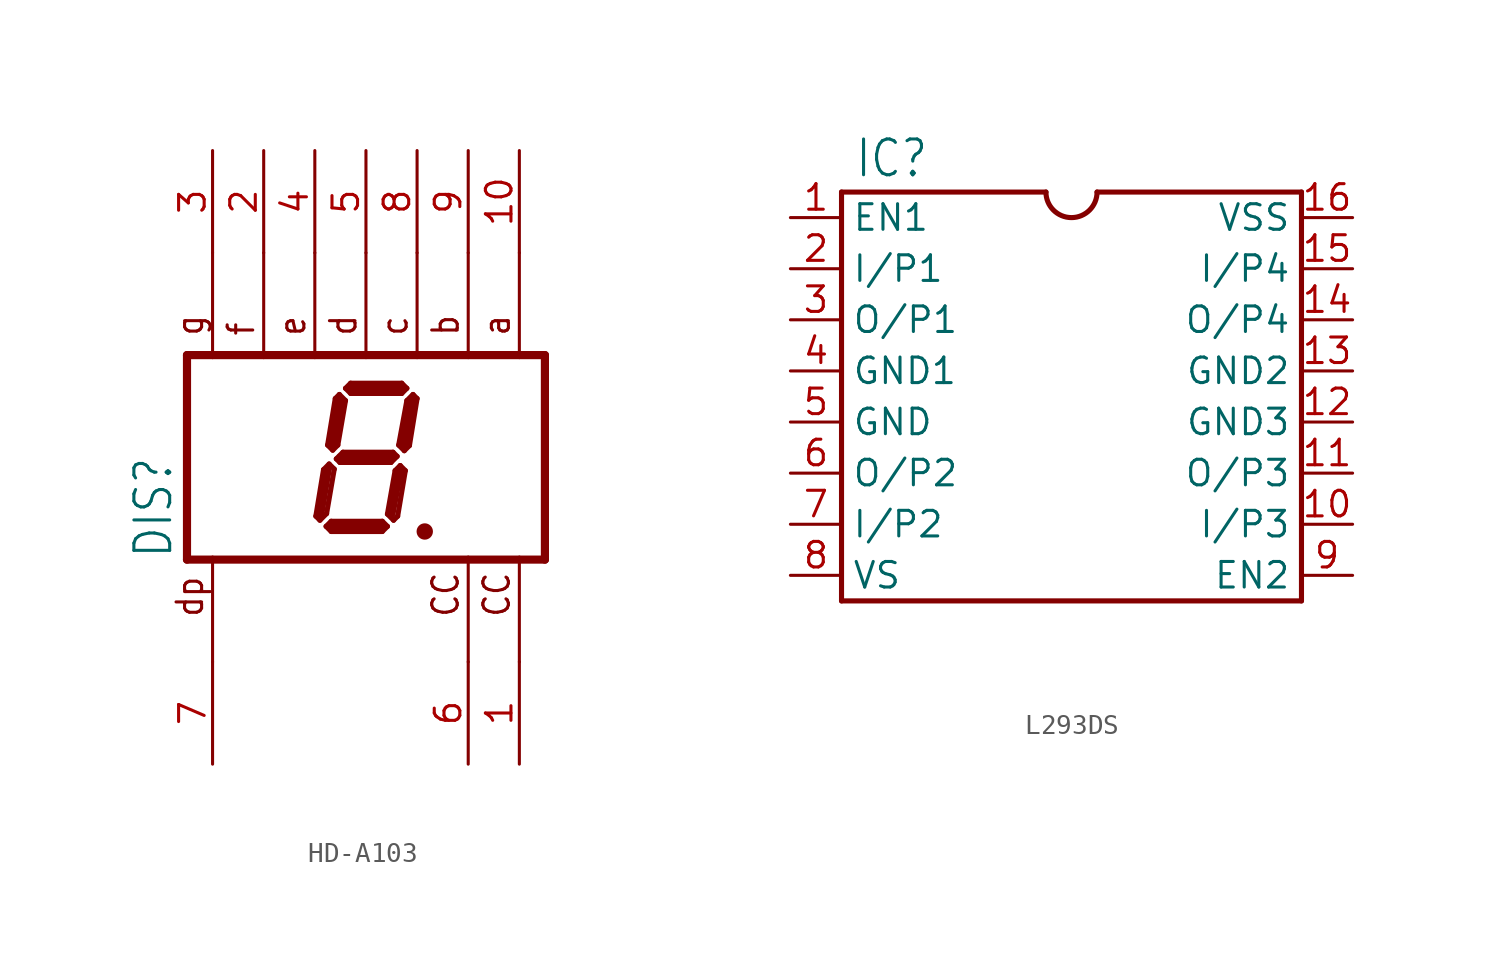
<source format=kicad_sym>
(kicad_symbol_lib
  (version 20220914)
  (generator kicad_symbol_editor)
  (symbol "HD-A103"
    (property "Reference" "DIS"
      (at -9.525 -5.08 90)
      (effects (font (size 1.778 1.511)) (justify left bottom)))
    (property "Value" ""
      (at 11.43 -5.08 90)
      (effects (font (size 1.778 1.511)) (justify left bottom)))
    (property "ki_locked" ""
      (at 0 0 0)
      (effects (font (size 1.27 1.27))))
    (symbol "HD-A103_1_0"
      (polyline (pts (xy -8.89 5.08) (xy -8.89 -5.08)) (stroke (width 0.406) (type solid)) (fill (type none)))
      (polyline (pts (xy -8.89 5.08) (xy 8.89 5.08)) (stroke (width 0.406) (type solid)) (fill (type none)))
      (polyline (pts (xy -7.62 -10.16) (xy -7.62 -4.953)) (stroke (width 0.152) (type solid)) (fill (type none)))
      (polyline (pts (xy -7.62 4.953) (xy -7.62 10.16)) (stroke (width 0.152) (type solid)) (fill (type none)))
      (polyline (pts (xy -5.08 4.953) (xy -5.08 10.16)) (stroke (width 0.152) (type solid)) (fill (type none)))
      (polyline (pts (xy -2.54 4.953) (xy -2.54 10.16)) (stroke (width 0.152) (type solid)) (fill (type none)))
      (polyline (pts (xy -2.489 -2.921) (xy -2.286 -3.124)) (stroke (width 0.254) (type solid)) (fill (type none)))
      (polyline (pts (xy -2.286 -3.124) (xy -1.956 -2.794)) (stroke (width 0.254) (type solid)) (fill (type none)))
      (polyline (pts (xy -2.286 -2.921) (xy -1.905 -0.635)) (stroke (width 0.406) (type solid)) (fill (type none)))
      (polyline (pts (xy -2.108 -0.61) (xy -2.489 -2.921)) (stroke (width 0.254) (type solid)) (fill (type none)))
      (polyline (pts (xy -1.981 -3.429) (xy -1.727 -3.175)) (stroke (width 0.254) (type solid)) (fill (type none)))
      (polyline (pts (xy -1.956 -2.794) (xy -1.575 -0.584)) (stroke (width 0.254) (type solid)) (fill (type none)))
      (polyline (pts (xy -1.905 0.61) (xy -1.524 2.921)) (stroke (width 0.254) (type solid)) (fill (type none)))
      (polyline (pts (xy -1.829 -0.33) (xy -2.108 -0.61)) (stroke (width 0.254) (type solid)) (fill (type none)))
      (polyline (pts (xy -1.829 -0.33) (xy -1.575 -0.584)) (stroke (width 0.254) (type solid)) (fill (type none)))
      (polyline (pts (xy -1.727 -3.683) (xy -1.981 -3.429)) (stroke (width 0.254) (type solid)) (fill (type none)))
      (polyline (pts (xy -1.727 -3.175) (xy 0.813 -3.175)) (stroke (width 0.254) (type solid)) (fill (type none)))
      (polyline (pts (xy -1.651 0.356) (xy -1.905 0.61)) (stroke (width 0.254) (type solid)) (fill (type none)))
      (polyline (pts (xy -1.524 2.921) (xy -1.321 3.124)) (stroke (width 0.254) (type solid)) (fill (type none)))
      (polyline (pts (xy -1.473 -0.076) (xy -1.143 0.254)) (stroke (width 0.254) (type solid)) (fill (type none)))
      (polyline (pts (xy -1.397 0.61) (xy -1.651 0.356)) (stroke (width 0.254) (type solid)) (fill (type none)))
      (polyline (pts (xy -1.321 3.124) (xy -1.016 2.819)) (stroke (width 0.254) (type solid)) (fill (type none)))
      (polyline (pts (xy -1.295 -0.254) (xy -1.473 -0.076)) (stroke (width 0.254) (type solid)) (fill (type none)))
      (polyline (pts (xy -1.27 0) (xy 1.27 0)) (stroke (width 0.406) (type solid)) (fill (type none)))
      (polyline (pts (xy -1.27 2.794) (xy -1.651 0.635)) (stroke (width 0.406) (type solid)) (fill (type none)))
      (polyline (pts (xy -1.143 0.254) (xy 1.346 0.254)) (stroke (width 0.254) (type solid)) (fill (type none)))
      (polyline (pts (xy -1.016 2.819) (xy -1.397 0.61)) (stroke (width 0.254) (type solid)) (fill (type none)))
      (polyline (pts (xy -1.016 3.429) (xy -0.762 3.683)) (stroke (width 0.254) (type solid)) (fill (type none)))
      (polyline (pts (xy -0.762 3.175) (xy -1.016 3.429)) (stroke (width 0.254) (type solid)) (fill (type none)))
      (polyline (pts (xy -0.762 3.683) (xy 1.778 3.683)) (stroke (width 0.254) (type solid)) (fill (type none)))
      (polyline (pts (xy 0 4.953) (xy 0 10.16)) (stroke (width 0.152) (type solid)) (fill (type none)))
      (polyline (pts (xy 0.762 -3.429) (xy -1.651 -3.429)) (stroke (width 0.406) (type solid)) (fill (type none)))
      (polyline (pts (xy 0.813 -3.683) (xy -1.727 -3.683)) (stroke (width 0.254) (type solid)) (fill (type none)))
      (polyline (pts (xy 0.813 -3.175) (xy 1.067 -3.429)) (stroke (width 0.254) (type solid)) (fill (type none)))
      (polyline (pts (xy 1.067 -3.429) (xy 0.813 -3.683)) (stroke (width 0.254) (type solid)) (fill (type none)))
      (polyline (pts (xy 1.067 -2.819) (xy 1.372 -3.124)) (stroke (width 0.254) (type solid)) (fill (type none)))
      (polyline (pts (xy 1.245 -0.254) (xy -1.295 -0.254)) (stroke (width 0.254) (type solid)) (fill (type none)))
      (polyline (pts (xy 1.346 0.254) (xy 1.549 0.051)) (stroke (width 0.254) (type solid)) (fill (type none)))
      (polyline (pts (xy 1.372 -3.124) (xy 1.575 -2.921)) (stroke (width 0.254) (type solid)) (fill (type none)))
      (polyline (pts (xy 1.448 -0.66) (xy 1.067 -2.819)) (stroke (width 0.254) (type solid)) (fill (type none)))
      (polyline (pts (xy 1.549 0.051) (xy 1.245 -0.254)) (stroke (width 0.254) (type solid)) (fill (type none)))
      (polyline (pts (xy 1.575 -2.921) (xy 1.956 -0.66)) (stroke (width 0.254) (type solid)) (fill (type none)))
      (polyline (pts (xy 1.626 0.61) (xy 1.905 0.33)) (stroke (width 0.254) (type solid)) (fill (type none)))
      (polyline (pts (xy 1.651 -0.762) (xy 1.27 -2.794)) (stroke (width 0.406) (type solid)) (fill (type none)))
      (polyline (pts (xy 1.702 -0.406) (xy 1.448 -0.66)) (stroke (width 0.254) (type solid)) (fill (type none)))
      (polyline (pts (xy 1.778 3.175) (xy -0.762 3.175)) (stroke (width 0.254) (type solid)) (fill (type none)))
      (polyline (pts (xy 1.778 3.429) (xy -0.762 3.429)) (stroke (width 0.406) (type solid)) (fill (type none)))
      (polyline (pts (xy 1.778 3.683) (xy 2.032 3.429)) (stroke (width 0.254) (type solid)) (fill (type none)))
      (polyline (pts (xy 1.905 0.33) (xy 2.159 0.584)) (stroke (width 0.254) (type solid)) (fill (type none)))
      (polyline (pts (xy 1.956 -0.66) (xy 1.702 -0.406)) (stroke (width 0.254) (type solid)) (fill (type none)))
      (polyline (pts (xy 2.032 2.819) (xy 1.626 0.61)) (stroke (width 0.254) (type solid)) (fill (type none)))
      (polyline (pts (xy 2.032 3.429) (xy 1.778 3.175)) (stroke (width 0.254) (type solid)) (fill (type none)))
      (polyline (pts (xy 2.159 0.584) (xy 2.54 2.921)) (stroke (width 0.254) (type solid)) (fill (type none)))
      (polyline (pts (xy 2.286 2.794) (xy 1.905 0.635)) (stroke (width 0.406) (type solid)) (fill (type none)))
      (polyline (pts (xy 2.337 3.124) (xy 2.032 2.819)) (stroke (width 0.254) (type solid)) (fill (type none)))
      (polyline (pts (xy 2.54 2.921) (xy 2.337 3.124)) (stroke (width 0.254) (type solid)) (fill (type none)))
      (polyline (pts (xy 2.54 4.953) (xy 2.54 10.16)) (stroke (width 0.152) (type solid)) (fill (type none)))
      (polyline (pts (xy 2.794 -3.683) (xy 3.048 -3.683)) (stroke (width 0.305) (type solid)) (fill (type none)))
      (polyline (pts (xy 5.08 -10.16) (xy 5.08 -4.953)) (stroke (width 0.152) (type solid)) (fill (type none)))
      (polyline (pts (xy 5.08 4.953) (xy 5.08 10.16)) (stroke (width 0.152) (type solid)) (fill (type none)))
      (polyline (pts (xy 7.62 -10.16) (xy 7.62 -4.953)) (stroke (width 0.152) (type solid)) (fill (type none)))
      (polyline (pts (xy 7.62 4.953) (xy 7.62 10.16)) (stroke (width 0.152) (type solid)) (fill (type none)))
      (polyline (pts (xy 8.89 -5.08) (xy -8.89 -5.08)) (stroke (width 0.406) (type solid)) (fill (type none)))
      (polyline (pts (xy 8.89 -5.08) (xy 8.89 5.08)) (stroke (width 0.406) (type solid)) (fill (type none)))
      (circle (center 2.921 -3.683) (radius 0.254) (stroke (width 0.305) (type solid)) (fill (type none)))
      (text "a" (at 7.239 5.969 900) (effects (font (size 1.27 1.079)) (justify left bottom)))
      (text "b" (at 4.699 5.969 900) (effects (font (size 1.27 1.079)) (justify left bottom)))
      (text "c" (at 2.159 5.969 900) (effects (font (size 1.27 1.079)) (justify left bottom)))
      (text "CC" (at 4.699 -8.001 900) (effects (font (size 1.27 1.079)) (justify left bottom)))
      (text "CC" (at 7.239 -8.001 900) (effects (font (size 1.27 1.079)) (justify left bottom)))
      (text "d" (at -0.381 5.969 900) (effects (font (size 1.27 1.079)) (justify left bottom)))
      (text "dp" (at -8.001 -8.001 900) (effects (font (size 1.27 1.079)) (justify left bottom)))
      (text "e" (at -2.921 5.969 900) (effects (font (size 1.27 1.079)) (justify left bottom)))
      (text "f" (at -5.461 5.969 900) (effects (font (size 1.27 1.079)) (justify left bottom)))
      (text "g" (at -8.001 5.969 900) (effects (font (size 1.27 1.079)) (justify left bottom)))
      (pin passive line (at 7.62 -15.24 90) (length 5.08) (name "CC@1" (effects (font (size 0 0)))) (number "1" (effects (font (size 1.27 1.27)))))
      (pin passive line (at 7.62 15.24 270) (length 5.08) (name "A" (effects (font (size 0 0)))) (number "10" (effects (font (size 1.27 1.27)))))
      (pin passive line (at -5.08 15.24 270) (length 5.08) (name "F" (effects (font (size 0 0)))) (number "2" (effects (font (size 1.27 1.27)))))
      (pin passive line (at -7.62 15.24 270) (length 5.08) (name "G" (effects (font (size 0 0)))) (number "3" (effects (font (size 1.27 1.27)))))
      (pin passive line (at -2.54 15.24 270) (length 5.08) (name "E" (effects (font (size 0 0)))) (number "4" (effects (font (size 1.27 1.27)))))
      (pin passive line (at 0 15.24 270) (length 5.08) (name "D" (effects (font (size 0 0)))) (number "5" (effects (font (size 1.27 1.27)))))
      (pin passive line (at 5.08 -15.24 90) (length 5.08) (name "CC" (effects (font (size 0 0)))) (number "6" (effects (font (size 1.27 1.27)))))
      (pin passive line (at -7.62 -15.24 90) (length 5.08) (name "DP" (effects (font (size 0 0)))) (number "7" (effects (font (size 1.27 1.27)))))
      (pin passive line (at 2.54 15.24 270) (length 5.08) (name "C" (effects (font (size 0 0)))) (number "8" (effects (font (size 1.27 1.27)))))
      (pin passive line (at 5.08 15.24 270) (length 5.08) (name "B" (effects (font (size 0 0)))) (number "9" (effects (font (size 1.27 1.27)))))))
  (symbol "L293DS"
    (property "Reference" "IC"
      (at -9.525 9.525 0)
      (effects (font (size 1.778 1.511)) (justify left bottom)))
    (property "Value" ""
      (at -9.525 -13.97 0)
      (effects (font (size 1.778 1.511)) (justify left bottom)))
    (property "ki_locked" ""
      (at 0 0 0)
      (effects (font (size 1.27 1.27))))
    (symbol "L293DS_1_0"
      (polyline (pts (xy -10.16 -11.43) (xy 12.7 -11.43)) (stroke (width 0.254) (type solid)) (fill (type none)))
      (polyline (pts (xy -10.16 8.89) (xy -10.16 -11.43)) (stroke (width 0.254) (type solid)) (fill (type none)))
      (polyline (pts (xy -10.16 8.89) (xy 0 8.89)) (stroke (width 0.254) (type solid)) (fill (type none)))
      (polyline (pts (xy 12.7 -11.43) (xy 12.7 8.89)) (stroke (width 0.254) (type solid)) (fill (type none)))
      (polyline (pts (xy 12.7 8.89) (xy 2.54 8.89)) (stroke (width 0.254) (type solid)) (fill (type none)))
      (arc (start 0 8.89) (mid 1.27 7.62) (end 2.54 8.89) (stroke (width 0.254) (type solid)) (fill (type none)))
      (pin passive line (at -12.7 7.62 0) (length 2.54) (name "EN1" (effects (font (size 1.27 1.27)))) (number "1" (effects (font (size 1.27 1.27)))))
      (pin passive line (at 15.24 -7.62 180) (length 2.54) (name "I/P3" (effects (font (size 1.27 1.27)))) (number "10" (effects (font (size 1.27 1.27)))))
      (pin passive line (at 15.24 -5.08 180) (length 2.54) (name "O/P3" (effects (font (size 1.27 1.27)))) (number "11" (effects (font (size 1.27 1.27)))))
      (pin passive line (at 15.24 -2.54 180) (length 2.54) (name "GND3" (effects (font (size 1.27 1.27)))) (number "12" (effects (font (size 1.27 1.27)))))
      (pin passive line (at 15.24 0 180) (length 2.54) (name "GND2" (effects (font (size 1.27 1.27)))) (number "13" (effects (font (size 1.27 1.27)))))
      (pin passive line (at 15.24 2.54 180) (length 2.54) (name "O/P4" (effects (font (size 1.27 1.27)))) (number "14" (effects (font (size 1.27 1.27)))))
      (pin passive line (at 15.24 5.08 180) (length 2.54) (name "I/P4" (effects (font (size 1.27 1.27)))) (number "15" (effects (font (size 1.27 1.27)))))
      (pin passive line (at 15.24 7.62 180) (length 2.54) (name "VSS" (effects (font (size 1.27 1.27)))) (number "16" (effects (font (size 1.27 1.27)))))
      (pin passive line (at -12.7 5.08 0) (length 2.54) (name "I/P1" (effects (font (size 1.27 1.27)))) (number "2" (effects (font (size 1.27 1.27)))))
      (pin passive line (at -12.7 2.54 0) (length 2.54) (name "O/P1" (effects (font (size 1.27 1.27)))) (number "3" (effects (font (size 1.27 1.27)))))
      (pin passive line (at -12.7 0 0) (length 2.54) (name "GND1" (effects (font (size 1.27 1.27)))) (number "4" (effects (font (size 1.27 1.27)))))
      (pin passive line (at -12.7 -2.54 0) (length 2.54) (name "GND" (effects (font (size 1.27 1.27)))) (number "5" (effects (font (size 1.27 1.27)))))
      (pin passive line (at -12.7 -5.08 0) (length 2.54) (name "O/P2" (effects (font (size 1.27 1.27)))) (number "6" (effects (font (size 1.27 1.27)))))
      (pin passive line (at -12.7 -7.62 0) (length 2.54) (name "I/P2" (effects (font (size 1.27 1.27)))) (number "7" (effects (font (size 1.27 1.27)))))
      (pin passive line (at -12.7 -10.16 0) (length 2.54) (name "VS" (effects (font (size 1.27 1.27)))) (number "8" (effects (font (size 1.27 1.27)))))
      (pin passive line (at 15.24 -10.16 180) (length 2.54) (name "EN2" (effects (font (size 1.27 1.27)))) (number "9" (effects (font (size 1.27 1.27))))))))
</source>
